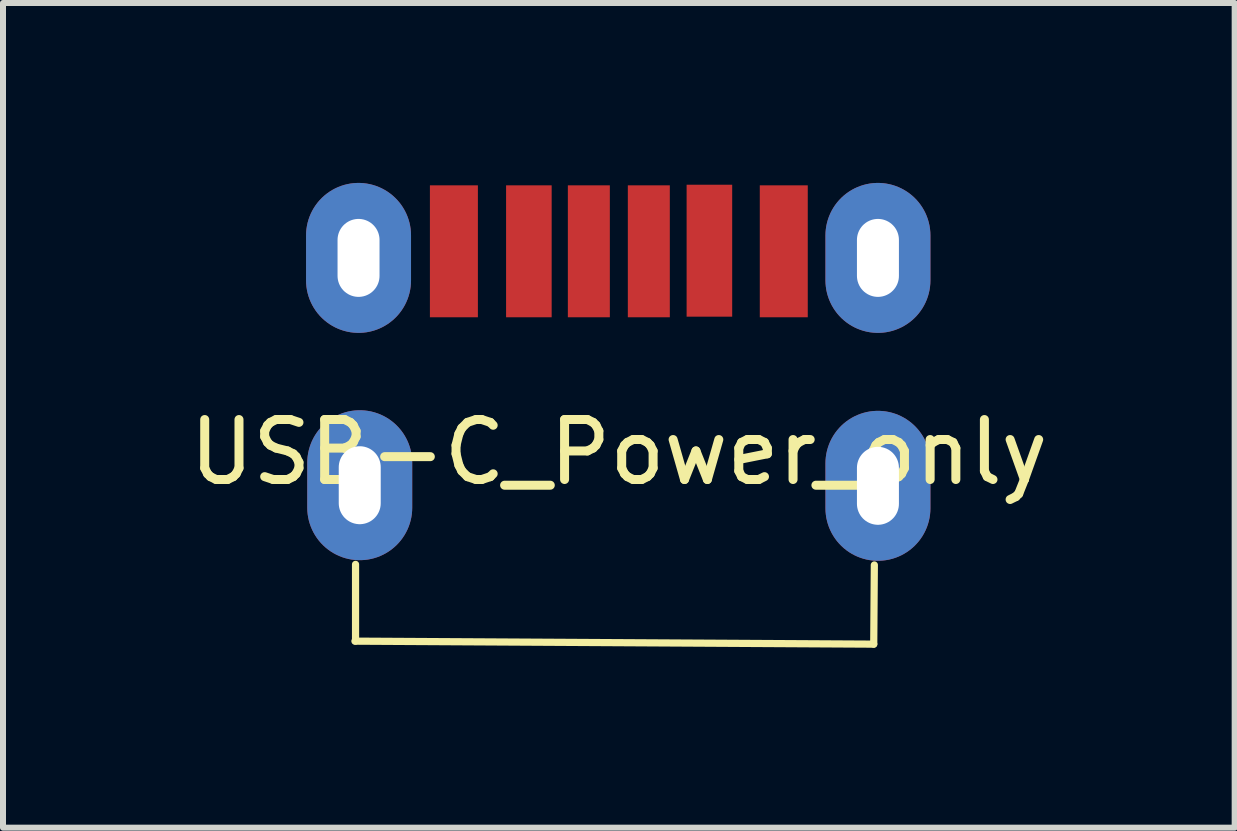
<source format=kicad_pcb>
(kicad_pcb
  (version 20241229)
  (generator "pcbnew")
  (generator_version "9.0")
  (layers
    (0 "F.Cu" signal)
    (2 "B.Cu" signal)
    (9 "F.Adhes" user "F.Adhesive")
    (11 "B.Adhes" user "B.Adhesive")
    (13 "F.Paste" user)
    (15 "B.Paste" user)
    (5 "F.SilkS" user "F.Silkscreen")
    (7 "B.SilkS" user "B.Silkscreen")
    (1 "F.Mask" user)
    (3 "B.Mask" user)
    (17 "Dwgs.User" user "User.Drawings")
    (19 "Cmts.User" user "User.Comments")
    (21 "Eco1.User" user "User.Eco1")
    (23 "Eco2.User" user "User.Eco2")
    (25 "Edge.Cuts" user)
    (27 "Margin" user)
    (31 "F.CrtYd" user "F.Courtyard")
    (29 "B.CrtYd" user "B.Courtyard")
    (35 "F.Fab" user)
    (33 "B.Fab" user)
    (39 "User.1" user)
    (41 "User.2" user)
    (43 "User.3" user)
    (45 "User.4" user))
  (footprint "USB-C_Power_only"
    (layer "F.Cu")
    (at 7.268 3.99)
    (property "Reference" "USB-C_Power_only" (at 0 0.5 0) (layer "F.SilkS") (effects (font (size 1 1) (thickness 0.15))))
    (attr through_hole)
    (fp_line (start -4.4 3.65) (end 4.25 3.7) (stroke (width 0.12) (type solid)) (layer "F.SilkS"))
    (fp_line (start -4.39 3.65) (end -4.39 2.37) (stroke (width 0.12) (type solid)) (layer "F.SilkS"))
    (fp_line (start 4.25 3.7) (end 4.26 2.38) (stroke (width 0.12) (type solid)) (layer "F.SilkS"))
    (pad "1" smd rect (at -1.5 -2.85) (size 0.76 2.2) (layers "F.Cu" "F.Mask" "F.Paste"))
    (pad "1" smd rect (at 1.51 -2.86) (size 0.76 2.2) (layers "F.Cu" "F.Mask" "F.Paste"))
    (pad "2" thru_hole oval (at -4.34 -2.74) (size 1.75 2.5) (drill oval 0.7 1.3) (layers "*.Cu" "*.Mask"))
    (pad "2" thru_hole oval (at -4.32 1.05) (size 1.75 2.5) (drill oval 0.7 1.3) (layers "*.Cu" "*.Mask"))
    (pad "2" smd rect (at -2.75 -2.85) (size 0.8 2.2) (layers "F.Cu" "F.Mask" "F.Paste"))
    (pad "2" smd rect (at 2.75 -2.85) (size 0.8 2.2) (layers "F.Cu" "F.Mask" "F.Paste"))
    (pad "2" thru_hole oval (at 4.32 -2.74) (size 1.75 2.5) (drill oval 0.7 1.3) (layers "*.Cu" "*.Mask"))
    (pad "2" thru_hole oval (at 4.32 1.06) (size 1.75 2.5) (drill oval 0.7 1.3) (layers "*.Cu" "*.Mask"))
    (pad "3" smd rect (at -0.5 -2.85) (size 0.7 2.2) (layers "F.Cu" "F.Mask" "F.Paste"))
    (pad "4" smd rect (at 0.5 -2.85) (size 0.7 2.2) (layers "F.Cu" "F.Mask" "F.Paste")))
  (gr_rect
    (start -3 -3)
    (end 17.536 10.75)
    (stroke (width 0.1) (type default))
    (fill no)
    (layer "Edge.Cuts")))
</source>
